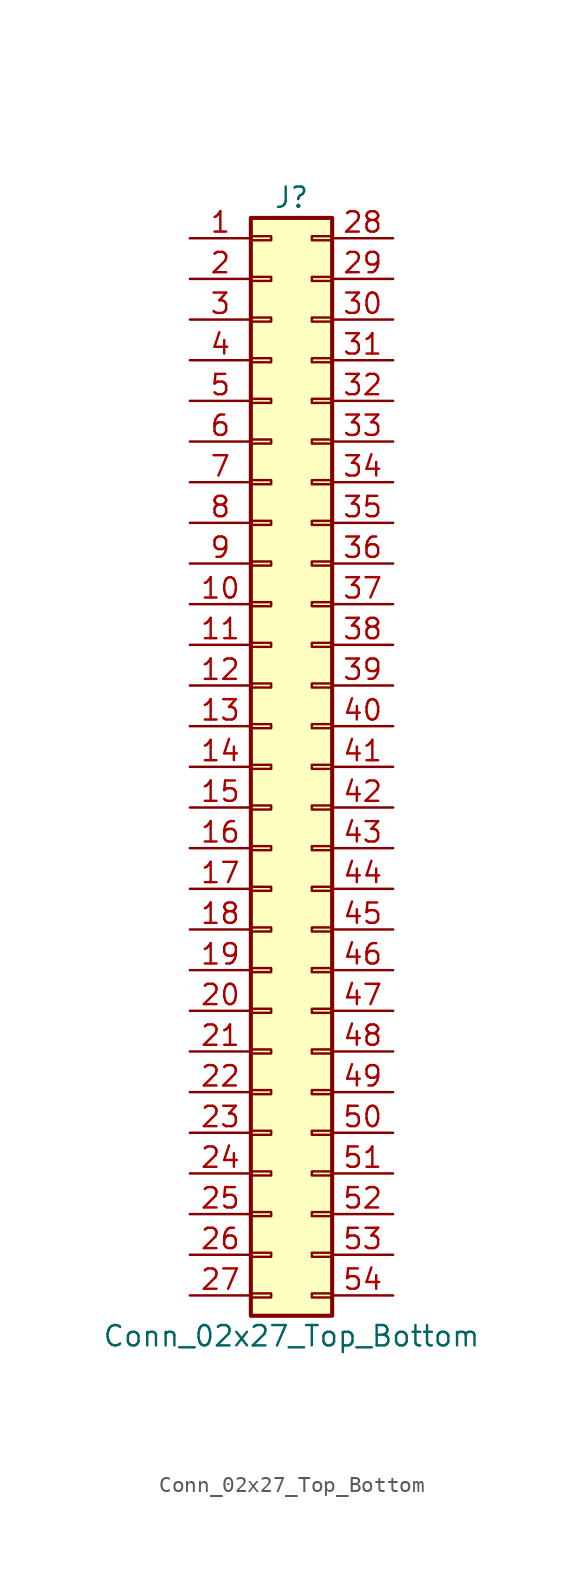
<source format=kicad_sym>
(kicad_symbol_lib
  (version 20220914)
  (generator kicad_symbol_editor)
  (symbol "Conn_02x27_Top_Bottom"
    (pin_names
      (offset 1.016) hide)
    (property "Reference" "J"
      (at 1.27 35.56 0)
      (effects (font (size 1.27 1.27))))
    (property "Value" "Conn_02x27_Top_Bottom"
      (at 1.27 -35.56 0)
      (effects (font (size 1.27 1.27))))
    (symbol "Conn_02x27_Top_Bottom_1_1"
      (rectangle (start -1.27 -32.893) (end 0 -33.147) (stroke (width 0.152) (type solid)) (fill (type none)))
      (rectangle (start -1.27 -30.353) (end 0 -30.607) (stroke (width 0.152) (type solid)) (fill (type none)))
      (rectangle (start -1.27 -27.813) (end 0 -28.067) (stroke (width 0.152) (type solid)) (fill (type none)))
      (rectangle (start -1.27 -25.273) (end 0 -25.527) (stroke (width 0.152) (type solid)) (fill (type none)))
      (rectangle (start -1.27 -22.733) (end 0 -22.987) (stroke (width 0.152) (type solid)) (fill (type none)))
      (rectangle (start -1.27 -20.193) (end 0 -20.447) (stroke (width 0.152) (type solid)) (fill (type none)))
      (rectangle (start -1.27 -17.653) (end 0 -17.907) (stroke (width 0.152) (type solid)) (fill (type none)))
      (rectangle (start -1.27 -15.113) (end 0 -15.367) (stroke (width 0.152) (type solid)) (fill (type none)))
      (rectangle (start -1.27 -12.573) (end 0 -12.827) (stroke (width 0.152) (type solid)) (fill (type none)))
      (rectangle (start -1.27 -10.033) (end 0 -10.287) (stroke (width 0.152) (type solid)) (fill (type none)))
      (rectangle (start -1.27 -7.493) (end 0 -7.747) (stroke (width 0.152) (type solid)) (fill (type none)))
      (rectangle (start -1.27 -4.953) (end 0 -5.207) (stroke (width 0.152) (type solid)) (fill (type none)))
      (rectangle (start -1.27 -2.413) (end 0 -2.667) (stroke (width 0.152) (type solid)) (fill (type none)))
      (rectangle (start -1.27 0.127) (end 0 -0.127) (stroke (width 0.152) (type solid)) (fill (type none)))
      (rectangle (start -1.27 2.667) (end 0 2.413) (stroke (width 0.152) (type solid)) (fill (type none)))
      (rectangle (start -1.27 5.207) (end 0 4.953) (stroke (width 0.152) (type solid)) (fill (type none)))
      (rectangle (start -1.27 7.747) (end 0 7.493) (stroke (width 0.152) (type solid)) (fill (type none)))
      (rectangle (start -1.27 10.287) (end 0 10.033) (stroke (width 0.152) (type solid)) (fill (type none)))
      (rectangle (start -1.27 12.827) (end 0 12.573) (stroke (width 0.152) (type solid)) (fill (type none)))
      (rectangle (start -1.27 15.367) (end 0 15.113) (stroke (width 0.152) (type solid)) (fill (type none)))
      (rectangle (start -1.27 17.907) (end 0 17.653) (stroke (width 0.152) (type solid)) (fill (type none)))
      (rectangle (start -1.27 20.447) (end 0 20.193) (stroke (width 0.152) (type solid)) (fill (type none)))
      (rectangle (start -1.27 22.987) (end 0 22.733) (stroke (width 0.152) (type solid)) (fill (type none)))
      (rectangle (start -1.27 25.527) (end 0 25.273) (stroke (width 0.152) (type solid)) (fill (type none)))
      (rectangle (start -1.27 28.067) (end 0 27.813) (stroke (width 0.152) (type solid)) (fill (type none)))
      (rectangle (start -1.27 30.607) (end 0 30.353) (stroke (width 0.152) (type solid)) (fill (type none)))
      (rectangle (start -1.27 33.147) (end 0 32.893) (stroke (width 0.152) (type solid)) (fill (type none)))
      (rectangle (start -1.27 34.29) (end 3.81 -34.29) (stroke (width 0.254) (type solid)) (fill (type background)))
      (rectangle (start 3.81 -32.893) (end 2.54 -33.147) (stroke (width 0.152) (type solid)) (fill (type none)))
      (rectangle (start 3.81 -30.353) (end 2.54 -30.607) (stroke (width 0.152) (type solid)) (fill (type none)))
      (rectangle (start 3.81 -27.813) (end 2.54 -28.067) (stroke (width 0.152) (type solid)) (fill (type none)))
      (rectangle (start 3.81 -25.273) (end 2.54 -25.527) (stroke (width 0.152) (type solid)) (fill (type none)))
      (rectangle (start 3.81 -22.733) (end 2.54 -22.987) (stroke (width 0.152) (type solid)) (fill (type none)))
      (rectangle (start 3.81 -20.193) (end 2.54 -20.447) (stroke (width 0.152) (type solid)) (fill (type none)))
      (rectangle (start 3.81 -17.653) (end 2.54 -17.907) (stroke (width 0.152) (type solid)) (fill (type none)))
      (rectangle (start 3.81 -15.113) (end 2.54 -15.367) (stroke (width 0.152) (type solid)) (fill (type none)))
      (rectangle (start 3.81 -12.573) (end 2.54 -12.827) (stroke (width 0.152) (type solid)) (fill (type none)))
      (rectangle (start 3.81 -10.033) (end 2.54 -10.287) (stroke (width 0.152) (type solid)) (fill (type none)))
      (rectangle (start 3.81 -7.493) (end 2.54 -7.747) (stroke (width 0.152) (type solid)) (fill (type none)))
      (rectangle (start 3.81 -4.953) (end 2.54 -5.207) (stroke (width 0.152) (type solid)) (fill (type none)))
      (rectangle (start 3.81 -2.413) (end 2.54 -2.667) (stroke (width 0.152) (type solid)) (fill (type none)))
      (rectangle (start 3.81 0.127) (end 2.54 -0.127) (stroke (width 0.152) (type solid)) (fill (type none)))
      (rectangle (start 3.81 2.667) (end 2.54 2.413) (stroke (width 0.152) (type solid)) (fill (type none)))
      (rectangle (start 3.81 5.207) (end 2.54 4.953) (stroke (width 0.152) (type solid)) (fill (type none)))
      (rectangle (start 3.81 7.747) (end 2.54 7.493) (stroke (width 0.152) (type solid)) (fill (type none)))
      (rectangle (start 3.81 10.287) (end 2.54 10.033) (stroke (width 0.152) (type solid)) (fill (type none)))
      (rectangle (start 3.81 12.827) (end 2.54 12.573) (stroke (width 0.152) (type solid)) (fill (type none)))
      (rectangle (start 3.81 15.367) (end 2.54 15.113) (stroke (width 0.152) (type solid)) (fill (type none)))
      (rectangle (start 3.81 17.907) (end 2.54 17.653) (stroke (width 0.152) (type solid)) (fill (type none)))
      (rectangle (start 3.81 20.447) (end 2.54 20.193) (stroke (width 0.152) (type solid)) (fill (type none)))
      (rectangle (start 3.81 22.987) (end 2.54 22.733) (stroke (width 0.152) (type solid)) (fill (type none)))
      (rectangle (start 3.81 25.527) (end 2.54 25.273) (stroke (width 0.152) (type solid)) (fill (type none)))
      (rectangle (start 3.81 28.067) (end 2.54 27.813) (stroke (width 0.152) (type solid)) (fill (type none)))
      (rectangle (start 3.81 30.607) (end 2.54 30.353) (stroke (width 0.152) (type solid)) (fill (type none)))
      (rectangle (start 3.81 33.147) (end 2.54 32.893) (stroke (width 0.152) (type solid)) (fill (type none)))
      (pin passive line (at -5.08 33.02 0) (length 3.81) (name "Pin_1" (effects (font (size 1.27 1.27)))) (number "1" (effects (font (size 1.27 1.27)))))
      (pin passive line (at -5.08 10.16 0) (length 3.81) (name "Pin_10" (effects (font (size 1.27 1.27)))) (number "10" (effects (font (size 1.27 1.27)))))
      (pin passive line (at -5.08 7.62 0) (length 3.81) (name "Pin_11" (effects (font (size 1.27 1.27)))) (number "11" (effects (font (size 1.27 1.27)))))
      (pin passive line (at -5.08 5.08 0) (length 3.81) (name "Pin_12" (effects (font (size 1.27 1.27)))) (number "12" (effects (font (size 1.27 1.27)))))
      (pin passive line (at -5.08 2.54 0) (length 3.81) (name "Pin_13" (effects (font (size 1.27 1.27)))) (number "13" (effects (font (size 1.27 1.27)))))
      (pin passive line (at -5.08 0 0) (length 3.81) (name "Pin_14" (effects (font (size 1.27 1.27)))) (number "14" (effects (font (size 1.27 1.27)))))
      (pin passive line (at -5.08 -2.54 0) (length 3.81) (name "Pin_15" (effects (font (size 1.27 1.27)))) (number "15" (effects (font (size 1.27 1.27)))))
      (pin passive line (at -5.08 -5.08 0) (length 3.81) (name "Pin_16" (effects (font (size 1.27 1.27)))) (number "16" (effects (font (size 1.27 1.27)))))
      (pin passive line (at -5.08 -7.62 0) (length 3.81) (name "Pin_17" (effects (font (size 1.27 1.27)))) (number "17" (effects (font (size 1.27 1.27)))))
      (pin passive line (at -5.08 -10.16 0) (length 3.81) (name "Pin_18" (effects (font (size 1.27 1.27)))) (number "18" (effects (font (size 1.27 1.27)))))
      (pin passive line (at -5.08 -12.7 0) (length 3.81) (name "Pin_19" (effects (font (size 1.27 1.27)))) (number "19" (effects (font (size 1.27 1.27)))))
      (pin passive line (at -5.08 30.48 0) (length 3.81) (name "Pin_2" (effects (font (size 1.27 1.27)))) (number "2" (effects (font (size 1.27 1.27)))))
      (pin passive line (at -5.08 -15.24 0) (length 3.81) (name "Pin_20" (effects (font (size 1.27 1.27)))) (number "20" (effects (font (size 1.27 1.27)))))
      (pin passive line (at -5.08 -17.78 0) (length 3.81) (name "Pin_21" (effects (font (size 1.27 1.27)))) (number "21" (effects (font (size 1.27 1.27)))))
      (pin passive line (at -5.08 -20.32 0) (length 3.81) (name "Pin_22" (effects (font (size 1.27 1.27)))) (number "22" (effects (font (size 1.27 1.27)))))
      (pin passive line (at -5.08 -22.86 0) (length 3.81) (name "Pin_23" (effects (font (size 1.27 1.27)))) (number "23" (effects (font (size 1.27 1.27)))))
      (pin passive line (at -5.08 -25.4 0) (length 3.81) (name "Pin_24" (effects (font (size 1.27 1.27)))) (number "24" (effects (font (size 1.27 1.27)))))
      (pin passive line (at -5.08 -27.94 0) (length 3.81) (name "Pin_25" (effects (font (size 1.27 1.27)))) (number "25" (effects (font (size 1.27 1.27)))))
      (pin passive line (at -5.08 -30.48 0) (length 3.81) (name "Pin_26" (effects (font (size 1.27 1.27)))) (number "26" (effects (font (size 1.27 1.27)))))
      (pin passive line (at -5.08 -33.02 0) (length 3.81) (name "Pin_27" (effects (font (size 1.27 1.27)))) (number "27" (effects (font (size 1.27 1.27)))))
      (pin passive line (at 7.62 33.02 180) (length 3.81) (name "Pin_28" (effects (font (size 1.27 1.27)))) (number "28" (effects (font (size 1.27 1.27)))))
      (pin passive line (at 7.62 30.48 180) (length 3.81) (name "Pin_29" (effects (font (size 1.27 1.27)))) (number "29" (effects (font (size 1.27 1.27)))))
      (pin passive line (at -5.08 27.94 0) (length 3.81) (name "Pin_3" (effects (font (size 1.27 1.27)))) (number "3" (effects (font (size 1.27 1.27)))))
      (pin passive line (at 7.62 27.94 180) (length 3.81) (name "Pin_30" (effects (font (size 1.27 1.27)))) (number "30" (effects (font (size 1.27 1.27)))))
      (pin passive line (at 7.62 25.4 180) (length 3.81) (name "Pin_31" (effects (font (size 1.27 1.27)))) (number "31" (effects (font (size 1.27 1.27)))))
      (pin passive line (at 7.62 22.86 180) (length 3.81) (name "Pin_32" (effects (font (size 1.27 1.27)))) (number "32" (effects (font (size 1.27 1.27)))))
      (pin passive line (at 7.62 20.32 180) (length 3.81) (name "Pin_33" (effects (font (size 1.27 1.27)))) (number "33" (effects (font (size 1.27 1.27)))))
      (pin passive line (at 7.62 17.78 180) (length 3.81) (name "Pin_34" (effects (font (size 1.27 1.27)))) (number "34" (effects (font (size 1.27 1.27)))))
      (pin passive line (at 7.62 15.24 180) (length 3.81) (name "Pin_35" (effects (font (size 1.27 1.27)))) (number "35" (effects (font (size 1.27 1.27)))))
      (pin passive line (at 7.62 12.7 180) (length 3.81) (name "Pin_36" (effects (font (size 1.27 1.27)))) (number "36" (effects (font (size 1.27 1.27)))))
      (pin passive line (at 7.62 10.16 180) (length 3.81) (name "Pin_37" (effects (font (size 1.27 1.27)))) (number "37" (effects (font (size 1.27 1.27)))))
      (pin passive line (at 7.62 7.62 180) (length 3.81) (name "Pin_38" (effects (font (size 1.27 1.27)))) (number "38" (effects (font (size 1.27 1.27)))))
      (pin passive line (at 7.62 5.08 180) (length 3.81) (name "Pin_39" (effects (font (size 1.27 1.27)))) (number "39" (effects (font (size 1.27 1.27)))))
      (pin passive line (at -5.08 25.4 0) (length 3.81) (name "Pin_4" (effects (font (size 1.27 1.27)))) (number "4" (effects (font (size 1.27 1.27)))))
      (pin passive line (at 7.62 2.54 180) (length 3.81) (name "Pin_40" (effects (font (size 1.27 1.27)))) (number "40" (effects (font (size 1.27 1.27)))))
      (pin passive line (at 7.62 0 180) (length 3.81) (name "Pin_41" (effects (font (size 1.27 1.27)))) (number "41" (effects (font (size 1.27 1.27)))))
      (pin passive line (at 7.62 -2.54 180) (length 3.81) (name "Pin_42" (effects (font (size 1.27 1.27)))) (number "42" (effects (font (size 1.27 1.27)))))
      (pin passive line (at 7.62 -5.08 180) (length 3.81) (name "Pin_43" (effects (font (size 1.27 1.27)))) (number "43" (effects (font (size 1.27 1.27)))))
      (pin passive line (at 7.62 -7.62 180) (length 3.81) (name "Pin_44" (effects (font (size 1.27 1.27)))) (number "44" (effects (font (size 1.27 1.27)))))
      (pin passive line (at 7.62 -10.16 180) (length 3.81) (name "Pin_45" (effects (font (size 1.27 1.27)))) (number "45" (effects (font (size 1.27 1.27)))))
      (pin passive line (at 7.62 -12.7 180) (length 3.81) (name "Pin_46" (effects (font (size 1.27 1.27)))) (number "46" (effects (font (size 1.27 1.27)))))
      (pin passive line (at 7.62 -15.24 180) (length 3.81) (name "Pin_47" (effects (font (size 1.27 1.27)))) (number "47" (effects (font (size 1.27 1.27)))))
      (pin passive line (at 7.62 -17.78 180) (length 3.81) (name "Pin_48" (effects (font (size 1.27 1.27)))) (number "48" (effects (font (size 1.27 1.27)))))
      (pin passive line (at 7.62 -20.32 180) (length 3.81) (name "Pin_49" (effects (font (size 1.27 1.27)))) (number "49" (effects (font (size 1.27 1.27)))))
      (pin passive line (at -5.08 22.86 0) (length 3.81) (name "Pin_5" (effects (font (size 1.27 1.27)))) (number "5" (effects (font (size 1.27 1.27)))))
      (pin passive line (at 7.62 -22.86 180) (length 3.81) (name "Pin_50" (effects (font (size 1.27 1.27)))) (number "50" (effects (font (size 1.27 1.27)))))
      (pin passive line (at 7.62 -25.4 180) (length 3.81) (name "Pin_51" (effects (font (size 1.27 1.27)))) (number "51" (effects (font (size 1.27 1.27)))))
      (pin passive line (at 7.62 -27.94 180) (length 3.81) (name "Pin_52" (effects (font (size 1.27 1.27)))) (number "52" (effects (font (size 1.27 1.27)))))
      (pin passive line (at 7.62 -30.48 180) (length 3.81) (name "Pin_53" (effects (font (size 1.27 1.27)))) (number "53" (effects (font (size 1.27 1.27)))))
      (pin passive line (at 7.62 -33.02 180) (length 3.81) (name "Pin_54" (effects (font (size 1.27 1.27)))) (number "54" (effects (font (size 1.27 1.27)))))
      (pin passive line (at -5.08 20.32 0) (length 3.81) (name "Pin_6" (effects (font (size 1.27 1.27)))) (number "6" (effects (font (size 1.27 1.27)))))
      (pin passive line (at -5.08 17.78 0) (length 3.81) (name "Pin_7" (effects (font (size 1.27 1.27)))) (number "7" (effects (font (size 1.27 1.27)))))
      (pin passive line (at -5.08 15.24 0) (length 3.81) (name "Pin_8" (effects (font (size 1.27 1.27)))) (number "8" (effects (font (size 1.27 1.27)))))
      (pin passive line (at -5.08 12.7 0) (length 3.81) (name "Pin_9" (effects (font (size 1.27 1.27)))) (number "9" (effects (font (size 1.27 1.27))))))))
</source>
